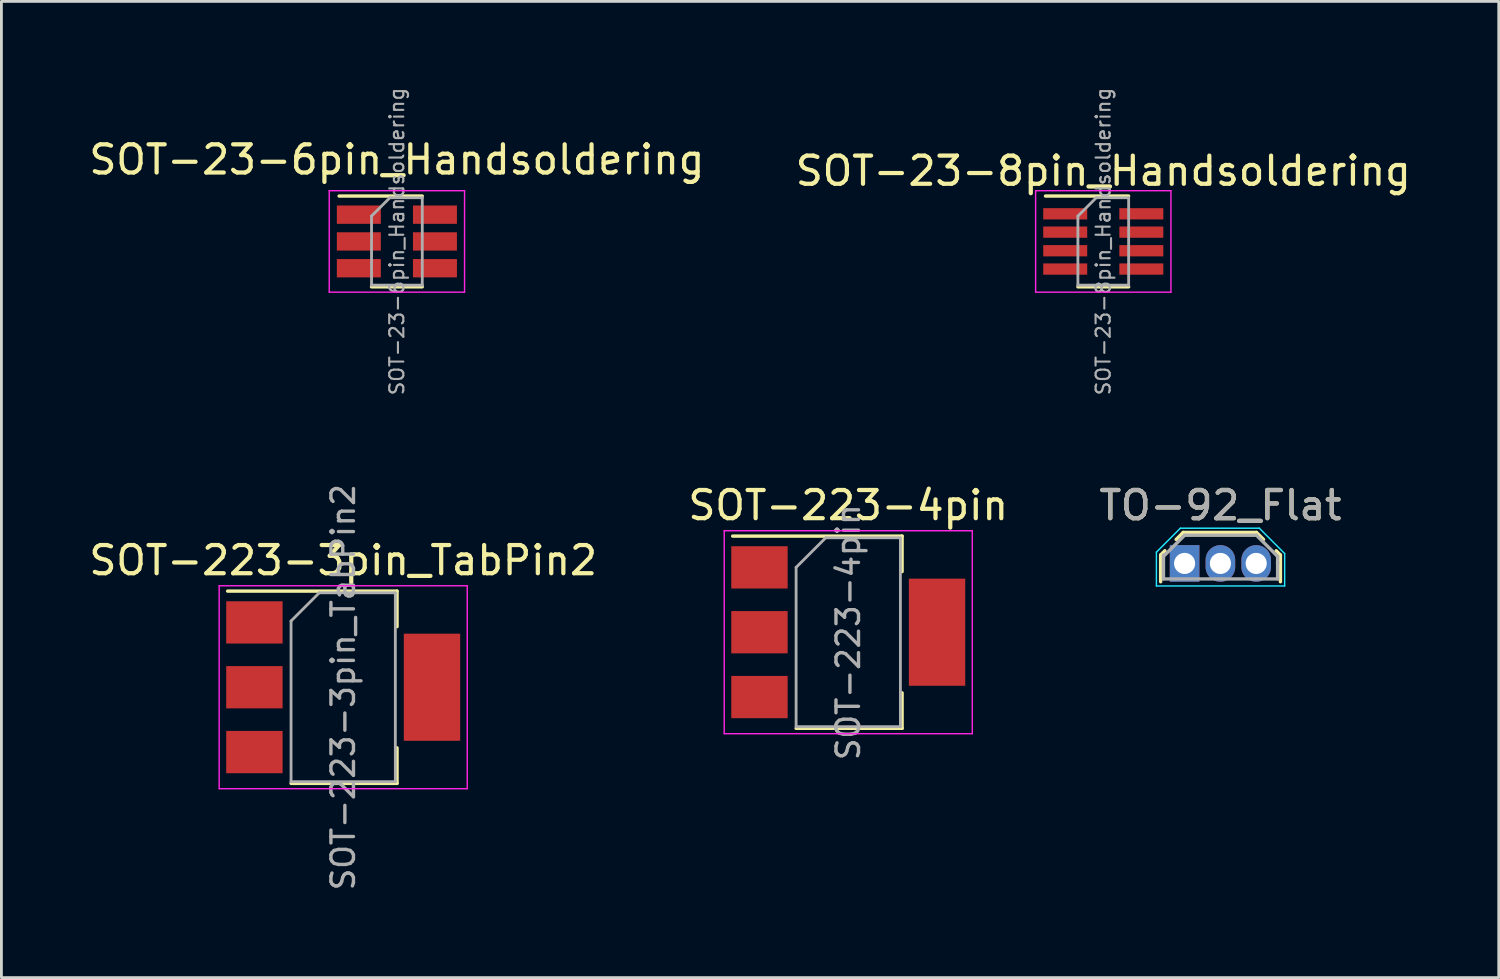
<source format=kicad_pcb>
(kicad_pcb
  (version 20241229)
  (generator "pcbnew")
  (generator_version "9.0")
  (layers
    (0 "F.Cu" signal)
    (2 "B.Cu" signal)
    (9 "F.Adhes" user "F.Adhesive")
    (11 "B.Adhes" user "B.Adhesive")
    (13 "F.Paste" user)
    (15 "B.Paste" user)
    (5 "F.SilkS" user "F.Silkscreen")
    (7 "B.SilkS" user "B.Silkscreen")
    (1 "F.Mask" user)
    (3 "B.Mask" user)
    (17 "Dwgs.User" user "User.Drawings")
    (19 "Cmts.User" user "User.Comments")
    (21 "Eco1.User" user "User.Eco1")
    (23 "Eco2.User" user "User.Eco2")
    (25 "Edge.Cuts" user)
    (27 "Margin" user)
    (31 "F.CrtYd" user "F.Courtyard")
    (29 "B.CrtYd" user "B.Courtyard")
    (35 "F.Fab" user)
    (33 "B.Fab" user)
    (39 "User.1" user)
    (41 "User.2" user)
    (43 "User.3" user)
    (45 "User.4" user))
  (footprint "SOT-23-8pin_Handsoldering"
    (layer "F.Cu")
    (at 36.089 5.515)
    (property "Reference" "SOT-23-8pin_Handsoldering" (at 0 -2.5 0) (layer "F.SilkS") (effects (font (size 1 1) (thickness 0.15))))
    (attr smd)
    (fp_line (start -0.9 1.61) (end 0.9 1.61) (stroke (width 0.12) (type solid)) (layer "F.SilkS"))
    (fp_line (start 0.9 -1.61) (end -2.05 -1.61) (stroke (width 0.12) (type solid)) (layer "F.SilkS"))
    (fp_line (start -2.4 -1.8) (end 2.4 -1.8) (stroke (width 0.05) (type solid)) (layer "F.CrtYd"))
    (fp_line (start -2.4 1.8) (end -2.4 -1.8) (stroke (width 0.05) (type solid)) (layer "F.CrtYd"))
    (fp_line (start 2.4 -1.8) (end 2.4 1.8) (stroke (width 0.05) (type solid)) (layer "F.CrtYd"))
    (fp_line (start 2.4 1.8) (end -2.4 1.8) (stroke (width 0.05) (type solid)) (layer "F.CrtYd"))
    (fp_line (start -0.9 -0.9) (end -0.9 1.55) (stroke (width 0.1) (type solid)) (layer "F.Fab"))
    (fp_line (start -0.9 -0.9) (end -0.25 -1.55) (stroke (width 0.1) (type solid)) (layer "F.Fab"))
    (fp_line (start 0.9 -1.55) (end -0.25 -1.55) (stroke (width 0.1) (type solid)) (layer "F.Fab"))
    (fp_line (start 0.9 -1.55) (end 0.9 1.55) (stroke (width 0.1) (type solid)) (layer "F.Fab"))
    (fp_line (start 0.9 1.55) (end -0.9 1.55) (stroke (width 0.1) (type solid)) (layer "F.Fab"))
    (fp_text user "${REFERENCE}" (at 0 0 90) (layer "F.Fab") (effects (font (size 0.5 0.5) (thickness 0.075))))
    (pad "1" smd rect (at -1.35 -0.98) (size 1.56 0.4) (layers "F.Cu" "F.Mask" "F.Paste"))
    (pad "2" smd rect (at -1.35 -0.33) (size 1.56 0.4) (layers "F.Cu" "F.Mask" "F.Paste"))
    (pad "3" smd rect (at -1.35 0.33) (size 1.56 0.4) (layers "F.Cu" "F.Mask" "F.Paste"))
    (pad "4" smd rect (at -1.35 0.98) (size 1.56 0.4) (layers "F.Cu" "F.Mask" "F.Paste"))
    (pad "5" smd rect (at 1.35 0.98) (size 1.56 0.4) (layers "F.Cu" "F.Mask" "F.Paste"))
    (pad "6" smd rect (at 1.35 0.33) (size 1.56 0.4) (layers "F.Cu" "F.Mask" "F.Paste"))
    (pad "7" smd rect (at 1.35 -0.33) (size 1.56 0.4) (layers "F.Cu" "F.Mask" "F.Paste"))
    (pad "8" smd rect (at 1.35 -0.98) (size 1.56 0.4) (layers "F.Cu" "F.Mask" "F.Paste")))
  (footprint "SOT-23-6pin_Handsoldering"
    (layer "F.Cu")
    (at 11.03 5.515)
    (property "Reference" "SOT-23-6pin_Handsoldering" (at 0 -2.9 0) (layer "F.SilkS") (effects (font (size 1 1) (thickness 0.15))))
    (attr smd)
    (fp_line (start -0.9 1.61) (end 0.9 1.61) (stroke (width 0.12) (type solid)) (layer "F.SilkS"))
    (fp_line (start 0.9 -1.61) (end -2.05 -1.61) (stroke (width 0.12) (type solid)) (layer "F.SilkS"))
    (fp_line (start -2.4 -1.8) (end 2.4 -1.8) (stroke (width 0.05) (type solid)) (layer "F.CrtYd"))
    (fp_line (start -2.4 1.8) (end -2.4 -1.8) (stroke (width 0.05) (type solid)) (layer "F.CrtYd"))
    (fp_line (start 2.4 -1.8) (end 2.4 1.8) (stroke (width 0.05) (type solid)) (layer "F.CrtYd"))
    (fp_line (start 2.4 1.8) (end -2.4 1.8) (stroke (width 0.05) (type solid)) (layer "F.CrtYd"))
    (fp_line (start -0.9 -0.9) (end -0.9 1.55) (stroke (width 0.1) (type solid)) (layer "F.Fab"))
    (fp_line (start -0.9 -0.9) (end -0.25 -1.55) (stroke (width 0.1) (type solid)) (layer "F.Fab"))
    (fp_line (start 0.9 -1.55) (end -0.25 -1.55) (stroke (width 0.1) (type solid)) (layer "F.Fab"))
    (fp_line (start 0.9 -1.55) (end 0.9 1.55) (stroke (width 0.1) (type solid)) (layer "F.Fab"))
    (fp_line (start 0.9 1.55) (end -0.9 1.55) (stroke (width 0.1) (type solid)) (layer "F.Fab"))
    (fp_text user "${REFERENCE}" (at 0 0 90) (layer "F.Fab") (effects (font (size 0.5 0.5) (thickness 0.075))))
    (pad "1" smd rect (at -1.35 -0.95) (size 1.56 0.65) (layers "F.Cu" "F.Mask" "F.Paste"))
    (pad "2" smd rect (at -1.35 0) (size 1.56 0.65) (layers "F.Cu" "F.Mask" "F.Paste"))
    (pad "3" smd rect (at -1.35 0.95) (size 1.56 0.65) (layers "F.Cu" "F.Mask" "F.Paste"))
    (pad "4" smd rect (at 1.35 0.95) (size 1.56 0.65) (layers "F.Cu" "F.Mask" "F.Paste"))
    (pad "5" smd rect (at 1.35 0) (size 1.56 0.65) (layers "F.Cu" "F.Mask" "F.Paste"))
    (pad "6" smd rect (at 1.35 -0.95) (size 1.56 0.65) (layers "F.Cu" "F.Mask" "F.Paste")))
  (footprint "SOT-223-4pin"
    (layer "F.Cu")
    (at 27.042 19.378)
    (property "Reference" "SOT-223-4pin" (at 0 -4.5 0) (layer "F.SilkS") (effects (font (size 1 1) (thickness 0.15))))
    (attr smd)
    (fp_line (start -4.1 -3.41) (end 1.91 -3.41) (stroke (width 0.12) (type solid)) (layer "F.SilkS"))
    (fp_line (start -1.85 3.41) (end 1.91 3.41) (stroke (width 0.12) (type solid)) (layer "F.SilkS"))
    (fp_line (start 1.91 -3.41) (end 1.91 -2.15) (stroke (width 0.12) (type solid)) (layer "F.SilkS"))
    (fp_line (start 1.91 3.41) (end 1.91 2.15) (stroke (width 0.12) (type solid)) (layer "F.SilkS"))
    (fp_line (start -4.4 -3.6) (end -4.4 3.6) (stroke (width 0.05) (type solid)) (layer "F.CrtYd"))
    (fp_line (start -4.4 3.6) (end 4.4 3.6) (stroke (width 0.05) (type solid)) (layer "F.CrtYd"))
    (fp_line (start 4.4 -3.6) (end -4.4 -3.6) (stroke (width 0.05) (type solid)) (layer "F.CrtYd"))
    (fp_line (start 4.4 3.6) (end 4.4 -3.6) (stroke (width 0.05) (type solid)) (layer "F.CrtYd"))
    (fp_line (start -1.85 -2.3) (end -1.85 3.35) (stroke (width 0.1) (type solid)) (layer "F.Fab"))
    (fp_line (start -1.85 -2.3) (end -0.8 -3.35) (stroke (width 0.1) (type solid)) (layer "F.Fab"))
    (fp_line (start -1.85 3.35) (end 1.85 3.35) (stroke (width 0.1) (type solid)) (layer "F.Fab"))
    (fp_line (start -0.8 -3.35) (end 1.85 -3.35) (stroke (width 0.1) (type solid)) (layer "F.Fab"))
    (fp_line (start 1.85 -3.35) (end 1.85 3.35) (stroke (width 0.1) (type solid)) (layer "F.Fab"))
    (fp_text user "${REFERENCE}" (at 0 0 90) (layer "F.Fab") (effects (font (size 0.8 0.8) (thickness 0.12))))
    (pad "1" smd rect (at -3.15 -2.3) (size 2 1.5) (layers "F.Cu" "F.Mask" "F.Paste"))
    (pad "2" smd rect (at -3.15 0) (size 2 1.5) (layers "F.Cu" "F.Mask" "F.Paste"))
    (pad "3" smd rect (at -3.15 2.3) (size 2 1.5) (layers "F.Cu" "F.Mask" "F.Paste"))
    (pad "4" smd rect (at 3.15 0) (size 2 3.8) (layers "F.Cu" "F.Mask" "F.Paste")))
  (footprint "SOT-223-3pin_TabPin2"
    (layer "F.Cu")
    (at 9.125 21.33)
    (property "Reference" "SOT-223-3pin_TabPin2" (at 0 -4.5 0) (layer "F.SilkS") (effects (font (size 1 1) (thickness 0.15))))
    (attr smd)
    (fp_line (start -4.1 -3.41) (end 1.91 -3.41) (stroke (width 0.12) (type solid)) (layer "F.SilkS"))
    (fp_line (start -1.85 3.41) (end 1.91 3.41) (stroke (width 0.12) (type solid)) (layer "F.SilkS"))
    (fp_line (start 1.91 -3.41) (end 1.91 -2.15) (stroke (width 0.12) (type solid)) (layer "F.SilkS"))
    (fp_line (start 1.91 3.41) (end 1.91 2.15) (stroke (width 0.12) (type solid)) (layer "F.SilkS"))
    (fp_line (start -4.4 -3.6) (end -4.4 3.6) (stroke (width 0.05) (type solid)) (layer "F.CrtYd"))
    (fp_line (start -4.4 3.6) (end 4.4 3.6) (stroke (width 0.05) (type solid)) (layer "F.CrtYd"))
    (fp_line (start 4.4 -3.6) (end -4.4 -3.6) (stroke (width 0.05) (type solid)) (layer "F.CrtYd"))
    (fp_line (start 4.4 3.6) (end 4.4 -3.6) (stroke (width 0.05) (type solid)) (layer "F.CrtYd"))
    (fp_line (start -1.85 -2.35) (end -1.85 3.35) (stroke (width 0.1) (type solid)) (layer "F.Fab"))
    (fp_line (start -1.85 -2.35) (end -0.85 -3.35) (stroke (width 0.1) (type solid)) (layer "F.Fab"))
    (fp_line (start -1.85 3.35) (end 1.85 3.35) (stroke (width 0.1) (type solid)) (layer "F.Fab"))
    (fp_line (start -0.85 -3.35) (end 1.85 -3.35) (stroke (width 0.1) (type solid)) (layer "F.Fab"))
    (fp_line (start 1.85 -3.35) (end 1.85 3.35) (stroke (width 0.1) (type solid)) (layer "F.Fab"))
    (fp_text user "${REFERENCE}" (at 0 0 90) (layer "F.Fab") (effects (font (size 0.8 0.8) (thickness 0.12))))
    (pad "1" smd rect (at -3.15 -2.3) (size 2 1.5) (layers "F.Cu" "F.Mask" "F.Paste"))
    (pad "2" smd rect (at -3.15 0) (size 2 1.5) (layers "F.Cu" "F.Mask" "F.Paste"))
    (pad "2" smd rect (at 3.15 0) (size 2 3.8) (layers "F.Cu" "F.Mask" "F.Paste"))
    (pad "3" smd rect (at -3.15 2.3) (size 2 1.5) (layers "F.Cu" "F.Mask" "F.Paste")))
  (footprint "TO-92_Flat"
    (layer "F.Cu")
    (at 38.974 16.938)
    (property "Reference" "TO-92_Flat" (at 1.27 -2.06 0) (layer "F.SilkS") (effects (font (size 1 1) (thickness 0.15))))
    (attr through_hole)
    (fp_line (start -0.85 0.65) (end -0.85 -0.3) (stroke (width 0.12) (type solid)) (layer "F.SilkS"))
    (fp_line (start -0.7 -0.45) (end -0.85 -0.3) (stroke (width 0.12) (type solid)) (layer "F.SilkS"))
    (fp_line (start -0.05 -1.1) (end -0.3 -0.85) (stroke (width 0.12) (type solid)) (layer "F.SilkS"))
    (fp_line (start 2.55 -1.1) (end -0.05 -1.1) (stroke (width 0.12) (type solid)) (layer "F.SilkS"))
    (fp_line (start 2.55 -1.1) (end 2.8 -0.85) (stroke (width 0.12) (type solid)) (layer "F.SilkS"))
    (fp_line (start 3.25 -0.45) (end 3.4 -0.3) (stroke (width 0.12) (type solid)) (layer "F.SilkS"))
    (fp_line (start 3.4 -0.3) (end 3.4 0.65) (stroke (width 0.12) (type solid)) (layer "F.SilkS"))
    (fp_line (start -1 -0.4) (end -0.15 -1.25) (stroke (width 0.05) (type solid)) (layer "B.CrtYd"))
    (fp_line (start -1 0.8) (end -1 -0.4) (stroke (width 0.05) (type solid)) (layer "B.CrtYd"))
    (fp_line (start -0.15 -1.25) (end 2.65 -1.25) (stroke (width 0.05) (type solid)) (layer "B.CrtYd"))
    (fp_line (start 2.65 -1.25) (end 3.55 -0.35) (stroke (width 0.05) (type solid)) (layer "B.CrtYd"))
    (fp_line (start 3.55 -0.35) (end 3.55 0.8) (stroke (width 0.05) (type solid)) (layer "B.CrtYd"))
    (fp_line (start 3.55 0.8) (end -1 0.8) (stroke (width 0.05) (type solid)) (layer "B.CrtYd"))
    (fp_line (start -0.75 -0.25) (end 0 -1) (stroke (width 0.12) (type solid)) (layer "F.Fab"))
    (fp_line (start -0.75 0.55) (end -0.75 -0.3) (stroke (width 0.12) (type solid)) (layer "F.Fab"))
    (fp_line (start -0.75 0.55) (end 3.3 0.55) (stroke (width 0.12) (type solid)) (layer "F.Fab"))
    (fp_line (start 0 -1) (end 2.55 -1) (stroke (width 0.12) (type solid)) (layer "F.Fab"))
    (fp_line (start 3.3 -0.25) (end 2.55 -1) (stroke (width 0.12) (type solid)) (layer "F.Fab"))
    (fp_line (start 3.3 0) (end 3.3 -0.25) (stroke (width 0.12) (type solid)) (layer "F.Fab"))
    (fp_line (start 3.3 0.55) (end 3.3 -0.05) (stroke (width 0.12) (type solid)) (layer "F.Fab"))
    (fp_text user "${REFERENCE}" (at 1.27 -2.06 0) (layer "F.Fab") (effects (font (size 1 1) (thickness 0.15))))
    (pad "1" thru_hole rect (at 0 0 180) (size 1.05 1.3) (drill 0.75) (layers "*.Cu" "*.Mask"))
    (pad "2" thru_hole oval (at 1.27 0 180) (size 1.05 1.3) (drill 0.75) (layers "*.Cu" "*.Mask"))
    (pad "3" thru_hole oval (at 2.54 0 180) (size 1.05 1.3) (drill 0.75) (layers "*.Cu" "*.Mask")))
  (gr_rect
    (start -3 -3)
    (end 50.119 31.63)
    (stroke (width 0.1) (type default))
    (fill no)
    (layer "Edge.Cuts")))
</source>
